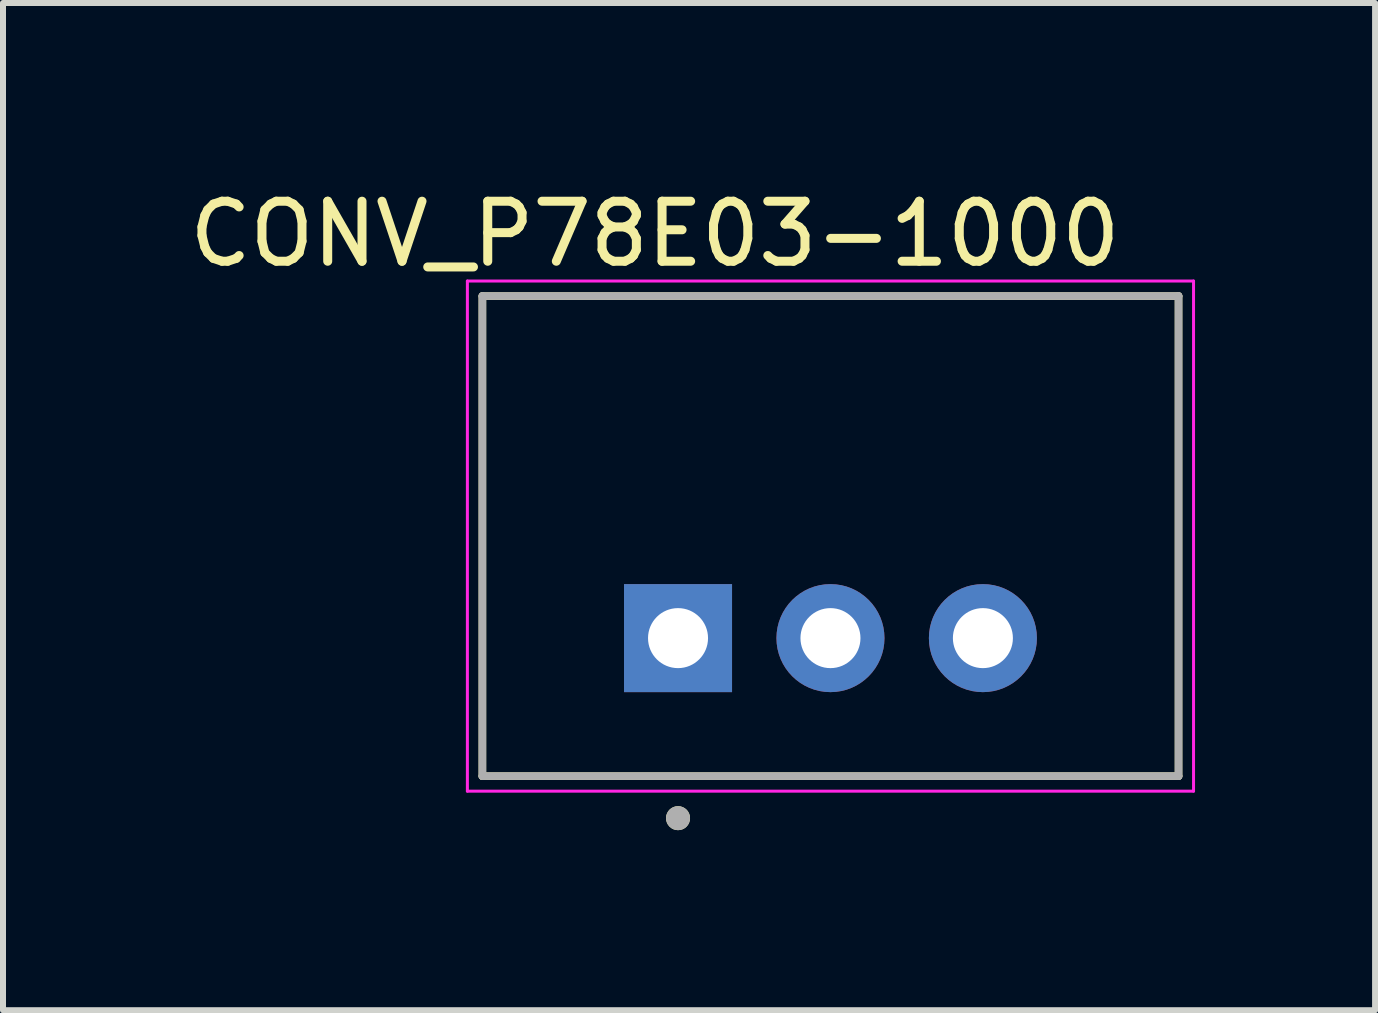
<source format=kicad_pcb>
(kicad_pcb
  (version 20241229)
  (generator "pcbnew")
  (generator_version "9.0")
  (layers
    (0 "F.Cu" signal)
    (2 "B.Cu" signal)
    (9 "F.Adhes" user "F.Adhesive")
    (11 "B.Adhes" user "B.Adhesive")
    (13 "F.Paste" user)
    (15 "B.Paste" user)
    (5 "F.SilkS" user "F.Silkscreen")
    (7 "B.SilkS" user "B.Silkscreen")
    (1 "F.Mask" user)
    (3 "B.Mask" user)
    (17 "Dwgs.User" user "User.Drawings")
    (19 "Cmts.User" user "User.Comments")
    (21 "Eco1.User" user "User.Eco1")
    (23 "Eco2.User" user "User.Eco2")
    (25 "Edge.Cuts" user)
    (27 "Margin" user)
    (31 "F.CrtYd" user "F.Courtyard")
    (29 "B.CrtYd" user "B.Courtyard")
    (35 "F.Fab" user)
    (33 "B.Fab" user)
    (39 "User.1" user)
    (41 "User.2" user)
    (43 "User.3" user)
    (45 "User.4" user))
  (footprint "CONV_P78E03-1000"
    (layer "F.Cu")
    (at 10.788 7.583)
    (property "Reference" "CONV_P78E03-1000" (at -2.925 -6.735 0) (layer "F.SilkS") (effects (font (size 1 1) (thickness 0.15))))
    (attr through_hole)
    (fp_line (start -5.8 -5.7) (end 5.8 -5.7) (stroke (width 0.127) (type solid)) (layer "F.SilkS"))
    (fp_line (start -5.8 2.3) (end -5.8 -5.7) (stroke (width 0.127) (type solid)) (layer "F.SilkS"))
    (fp_line (start 5.8 -5.7) (end 5.8 2.3) (stroke (width 0.127) (type solid)) (layer "F.SilkS"))
    (fp_line (start 5.8 2.3) (end -5.8 2.3) (stroke (width 0.127) (type solid)) (layer "F.SilkS"))
    (fp_circle (center -2.54 3) (end -2.44 3) (stroke (width 0.2) (type solid)) (fill no) (layer "F.SilkS"))
    (fp_line (start -6.05 -5.95) (end 6.05 -5.95) (stroke (width 0.05) (type solid)) (layer "F.CrtYd"))
    (fp_line (start -6.05 2.55) (end -6.05 -5.95) (stroke (width 0.05) (type solid)) (layer "F.CrtYd"))
    (fp_line (start 6.05 -5.95) (end 6.05 2.55) (stroke (width 0.05) (type solid)) (layer "F.CrtYd"))
    (fp_line (start 6.05 2.55) (end -6.05 2.55) (stroke (width 0.05) (type solid)) (layer "F.CrtYd"))
    (fp_line (start -5.8 -5.7) (end 5.8 -5.7) (stroke (width 0.127) (type solid)) (layer "F.Fab"))
    (fp_line (start -5.8 2.3) (end -5.8 -5.7) (stroke (width 0.127) (type solid)) (layer "F.Fab"))
    (fp_line (start 5.8 -5.7) (end 5.8 2.3) (stroke (width 0.127) (type solid)) (layer "F.Fab"))
    (fp_line (start 5.8 2.3) (end -5.8 2.3) (stroke (width 0.127) (type solid)) (layer "F.Fab"))
    (fp_circle (center -2.54 3) (end -2.44 3) (stroke (width 0.2) (type solid)) (fill no) (layer "F.Fab"))
    (pad "1" thru_hole rect (at -2.54 0) (size 1.8 1.8) (drill 1) (layers "*.Cu" "*.Mask"))
    (pad "2" thru_hole circle (at 0 0) (size 1.8 1.8) (drill 1) (layers "*.Cu" "*.Mask"))
    (pad "3" thru_hole circle (at 2.54 0) (size 1.8 1.8) (drill 1) (layers "*.Cu" "*.Mask")))
  (gr_rect
    (start -3 -3)
    (end 19.863 13.783)
    (stroke (width 0.1) (type default))
    (fill no)
    (layer "Edge.Cuts")))
</source>
